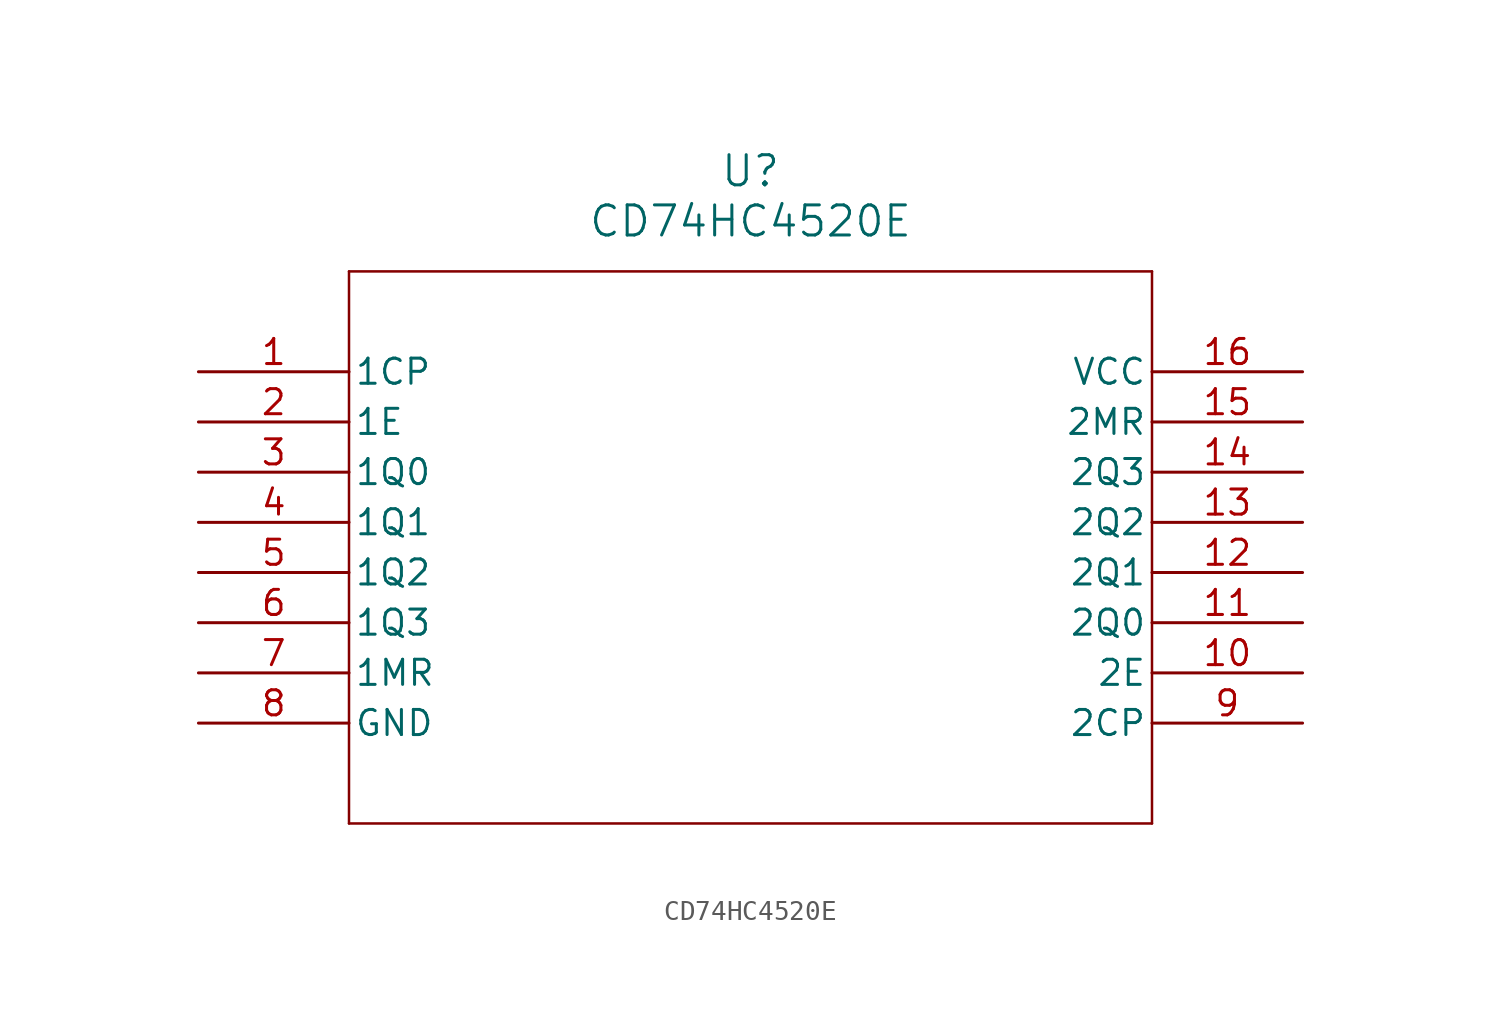
<source format=kicad_sym>
(kicad_symbol_lib
  (version 20211014)
  (generator kicad_symbol_editor)
  (symbol "CD74HC4520E"
    (pin_names
      (offset 0.254))
    (property "Reference" "U"
      (at 27.94 10.16 0)
      (effects (font (size 1.524 1.524))))
    (property "Value" "CD74HC4520E"
      (at 27.94 7.62 0)
      (effects (font (size 1.524 1.524))))
    (polyline
      (pts (xy 7.62 5.08) (xy 7.62 -22.86))
      (stroke (width 0.127) (type default) (color 0 0 0 0))
      (fill (type none)))
    (polyline
      (pts (xy 7.62 -22.86) (xy 48.26 -22.86))
      (stroke (width 0.127) (type default) (color 0 0 0 0))
      (fill (type none)))
    (polyline
      (pts (xy 48.26 -22.86) (xy 48.26 5.08))
      (stroke (width 0.127) (type default) (color 0 0 0 0))
      (fill (type none)))
    (polyline
      (pts (xy 48.26 5.08) (xy 7.62 5.08))
      (stroke (width 0.127) (type default) (color 0 0 0 0))
      (fill (type none)))
    (pin input line
      (at 0 0 0)
      (length 7.62)
      (name "1CP" (effects (font (size 1.27 1.27))))
      (number "1" (effects (font (size 1.27 1.27)))))
    (pin input line
      (at 0 -2.54 0)
      (length 7.62)
      (name "1E" (effects (font (size 1.27 1.27))))
      (number "2" (effects (font (size 1.27 1.27)))))
    (pin output line
      (at 0 -5.08 0)
      (length 7.62)
      (name "1Q0" (effects (font (size 1.27 1.27))))
      (number "3" (effects (font (size 1.27 1.27)))))
    (pin output line
      (at 0 -7.62 0)
      (length 7.62)
      (name "1Q1" (effects (font (size 1.27 1.27))))
      (number "4" (effects (font (size 1.27 1.27)))))
    (pin output line
      (at 0 -10.16 0)
      (length 7.62)
      (name "1Q2" (effects (font (size 1.27 1.27))))
      (number "5" (effects (font (size 1.27 1.27)))))
    (pin output line
      (at 0 -12.7 0)
      (length 7.62)
      (name "1Q3" (effects (font (size 1.27 1.27))))
      (number "6" (effects (font (size 1.27 1.27)))))
    (pin input line
      (at 0 -15.24 0)
      (length 7.62)
      (name "1MR" (effects (font (size 1.27 1.27))))
      (number "7" (effects (font (size 1.27 1.27)))))
    (pin power_in line
      (at 0 -17.78 0)
      (length 7.62)
      (name "GND" (effects (font (size 1.27 1.27))))
      (number "8" (effects (font (size 1.27 1.27)))))
    (pin input line
      (at 55.88 -17.78 180)
      (length 7.62)
      (name "2CP" (effects (font (size 1.27 1.27))))
      (number "9" (effects (font (size 1.27 1.27)))))
    (pin input line
      (at 55.88 -15.24 180)
      (length 7.62)
      (name "2E" (effects (font (size 1.27 1.27))))
      (number "10" (effects (font (size 1.27 1.27)))))
    (pin output line
      (at 55.88 -12.7 180)
      (length 7.62)
      (name "2Q0" (effects (font (size 1.27 1.27))))
      (number "11" (effects (font (size 1.27 1.27)))))
    (pin output line
      (at 55.88 -10.16 180)
      (length 7.62)
      (name "2Q1" (effects (font (size 1.27 1.27))))
      (number "12" (effects (font (size 1.27 1.27)))))
    (pin output line
      (at 55.88 -7.62 180)
      (length 7.62)
      (name "2Q2" (effects (font (size 1.27 1.27))))
      (number "13" (effects (font (size 1.27 1.27)))))
    (pin output line
      (at 55.88 -5.08 180)
      (length 7.62)
      (name "2Q3" (effects (font (size 1.27 1.27))))
      (number "14" (effects (font (size 1.27 1.27)))))
    (pin input line
      (at 55.88 -2.54 180)
      (length 7.62)
      (name "2MR" (effects (font (size 1.27 1.27))))
      (number "15" (effects (font (size 1.27 1.27)))))
    (pin power_in line
      (at 55.88 0 180)
      (length 7.62)
      (name "VCC" (effects (font (size 1.27 1.27))))
      (number "16" (effects (font (size 1.27 1.27)))))))
</source>
